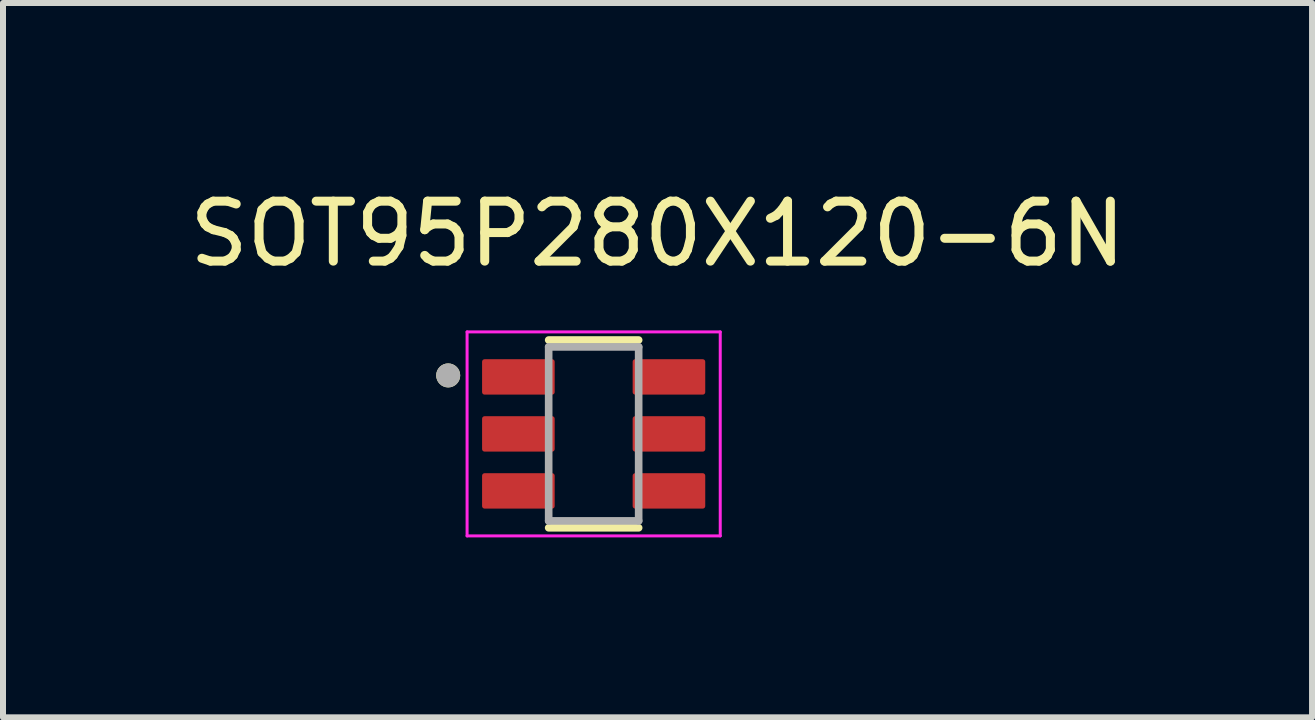
<source format=kicad_pcb>
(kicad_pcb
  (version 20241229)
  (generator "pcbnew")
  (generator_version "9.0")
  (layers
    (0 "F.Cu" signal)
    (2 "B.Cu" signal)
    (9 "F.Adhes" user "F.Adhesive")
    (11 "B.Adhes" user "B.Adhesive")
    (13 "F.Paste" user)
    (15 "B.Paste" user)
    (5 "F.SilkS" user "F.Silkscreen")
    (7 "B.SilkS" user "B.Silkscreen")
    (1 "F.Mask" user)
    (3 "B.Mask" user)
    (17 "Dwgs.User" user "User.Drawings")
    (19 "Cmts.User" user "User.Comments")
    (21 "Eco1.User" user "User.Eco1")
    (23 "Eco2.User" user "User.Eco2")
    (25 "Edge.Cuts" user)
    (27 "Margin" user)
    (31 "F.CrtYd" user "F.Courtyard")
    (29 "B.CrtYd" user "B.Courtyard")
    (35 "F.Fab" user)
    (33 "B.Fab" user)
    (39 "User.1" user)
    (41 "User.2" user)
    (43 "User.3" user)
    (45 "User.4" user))
  (footprint "SOT95P280X120-6N"
    (layer "F.Cu")
    (at 6.846 4.183)
    (property "Reference" "SOT95P280X120-6N" (at 1.065 -3.335 0) (layer "F.SilkS") (effects (font (size 1 1) (thickness 0.15))))
    (attr through_hole)
    (fp_line (start -0.75 -1.565) (end 0.75 -1.565) (stroke (width 0.127) (type solid)) (layer "F.SilkS"))
    (fp_line (start 0.75 1.565) (end -0.75 1.565) (stroke (width 0.127) (type solid)) (layer "F.SilkS"))
    (fp_circle (center -2.425 -0.975) (end -2.325 -0.975) (stroke (width 0.2) (type solid)) (fill no) (layer "F.SilkS"))
    (fp_line (start -2.11 -1.7) (end -2.11 1.7) (stroke (width 0.05) (type solid)) (layer "F.CrtYd"))
    (fp_line (start -2.11 1.7) (end 2.11 1.7) (stroke (width 0.05) (type solid)) (layer "F.CrtYd"))
    (fp_line (start 2.11 -1.7) (end -2.11 -1.7) (stroke (width 0.05) (type solid)) (layer "F.CrtYd"))
    (fp_line (start 2.11 1.7) (end 2.11 -1.7) (stroke (width 0.05) (type solid)) (layer "F.CrtYd"))
    (fp_line (start -0.75 -1.45) (end 0.75 -1.45) (stroke (width 0.127) (type solid)) (layer "F.Fab"))
    (fp_line (start -0.75 1.45) (end -0.75 -1.45) (stroke (width 0.127) (type solid)) (layer "F.Fab"))
    (fp_line (start 0.75 -1.45) (end 0.75 1.45) (stroke (width 0.127) (type solid)) (layer "F.Fab"))
    (fp_line (start 0.75 1.45) (end -0.75 1.45) (stroke (width 0.127) (type solid)) (layer "F.Fab"))
    (fp_circle (center -2.425 -0.975) (end -2.325 -0.975) (stroke (width 0.2) (type solid)) (fill no) (layer "F.Fab"))
    (pad "1" smd roundrect (at -1.255 -0.95) (size 1.21 0.59) (layers "F.Cu" "F.Mask" "F.Paste") (roundrect_rratio 0.07))
    (pad "2" smd roundrect (at -1.255 0) (size 1.21 0.59) (layers "F.Cu" "F.Mask" "F.Paste") (roundrect_rratio 0.07))
    (pad "3" smd roundrect (at -1.255 0.95) (size 1.21 0.59) (layers "F.Cu" "F.Mask" "F.Paste") (roundrect_rratio 0.07))
    (pad "4" smd roundrect (at 1.255 0.95) (size 1.21 0.59) (layers "F.Cu" "F.Mask" "F.Paste") (roundrect_rratio 0.07))
    (pad "5" smd roundrect (at 1.255 0) (size 1.21 0.59) (layers "F.Cu" "F.Mask" "F.Paste") (roundrect_rratio 0.07))
    (pad "6" smd roundrect (at 1.255 -0.95) (size 1.21 0.59) (layers "F.Cu" "F.Mask" "F.Paste") (roundrect_rratio 0.07)))
  (gr_rect
    (start -3 -3)
    (end 18.821 8.908)
    (stroke (width 0.1) (type default))
    (fill no)
    (layer "Edge.Cuts")))
</source>
